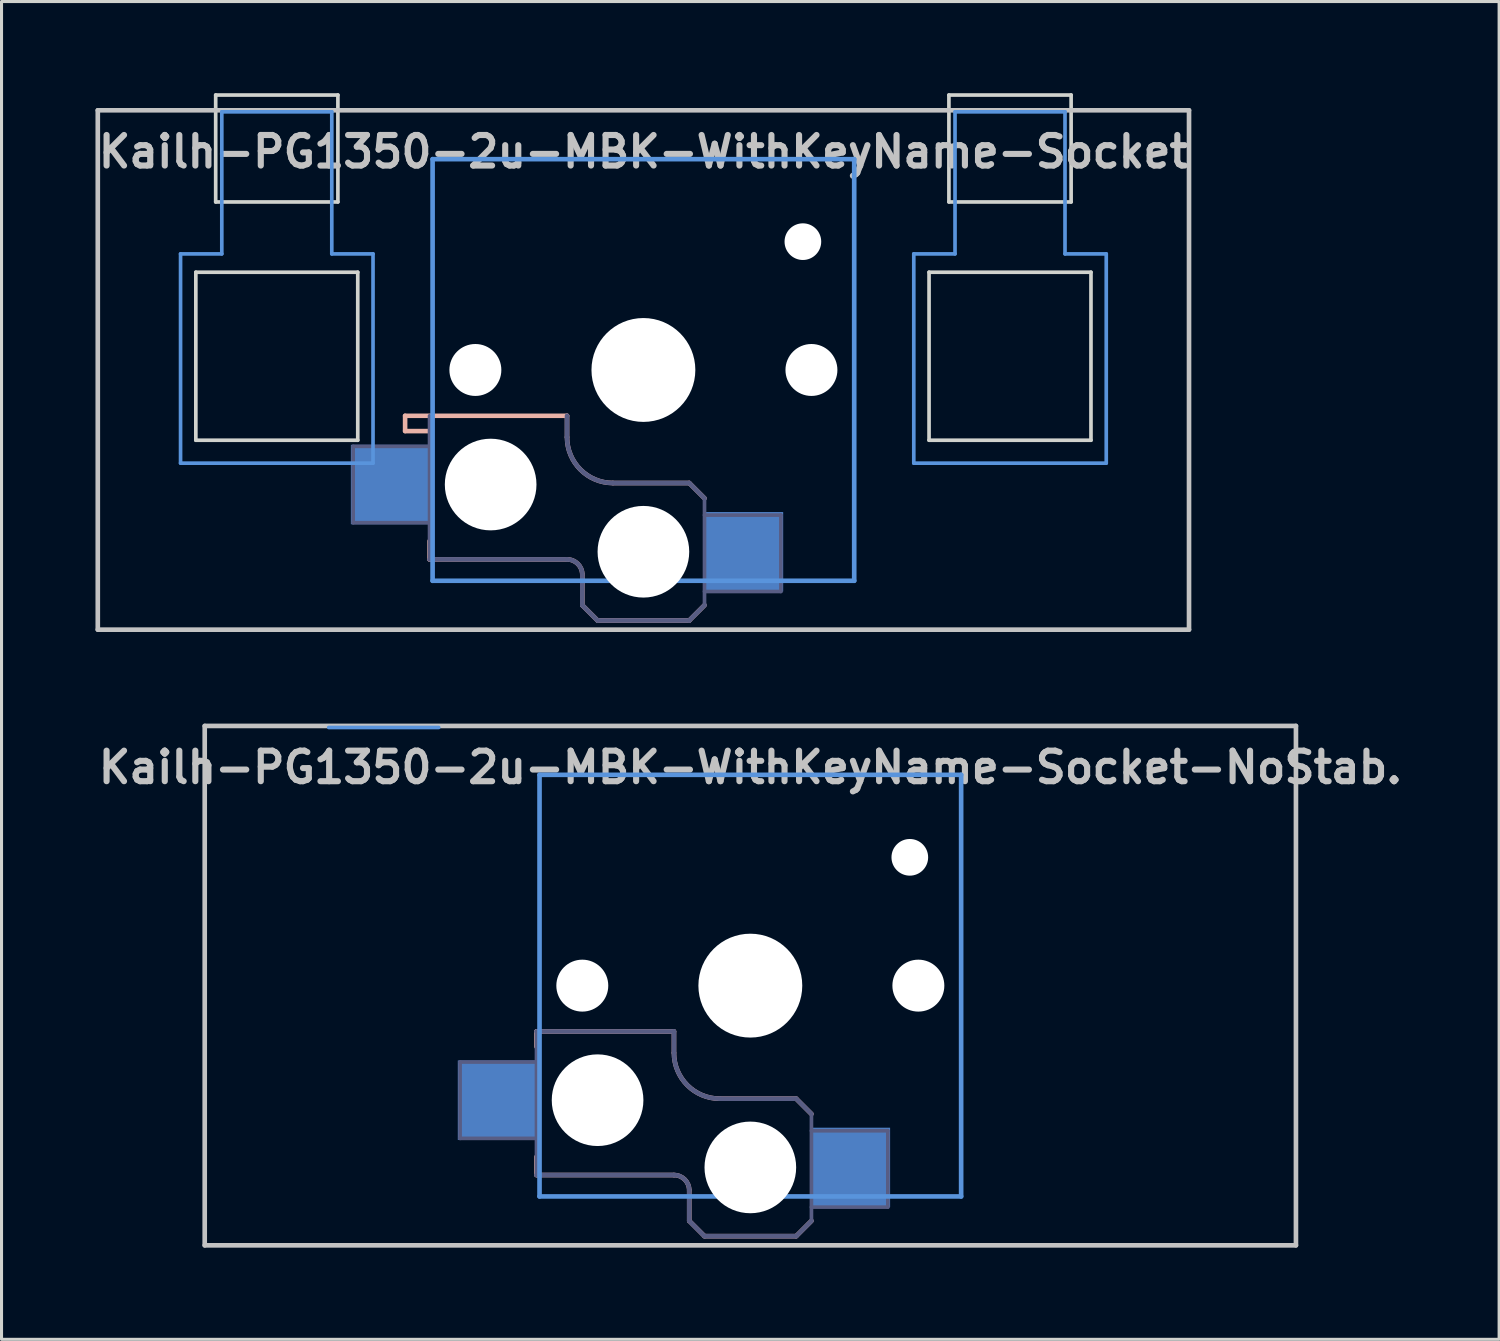
<source format=kicad_pcb>
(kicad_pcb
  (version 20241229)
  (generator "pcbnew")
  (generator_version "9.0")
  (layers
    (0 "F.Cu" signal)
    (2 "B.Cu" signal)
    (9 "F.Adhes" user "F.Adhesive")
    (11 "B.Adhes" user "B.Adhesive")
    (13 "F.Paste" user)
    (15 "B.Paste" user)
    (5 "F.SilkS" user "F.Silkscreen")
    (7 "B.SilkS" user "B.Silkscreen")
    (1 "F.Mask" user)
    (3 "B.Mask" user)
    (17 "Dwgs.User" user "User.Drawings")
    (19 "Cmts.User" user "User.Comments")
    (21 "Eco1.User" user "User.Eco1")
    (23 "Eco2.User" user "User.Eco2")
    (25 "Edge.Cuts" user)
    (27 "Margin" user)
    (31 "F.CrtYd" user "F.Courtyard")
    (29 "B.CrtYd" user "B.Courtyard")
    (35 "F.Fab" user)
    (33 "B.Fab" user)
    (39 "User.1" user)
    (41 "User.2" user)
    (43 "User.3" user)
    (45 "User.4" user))
  (footprint "Kailh-PG1350-2u-MBK-WithKeyName-Socket-NoStab."
    (layer "F.Cu")
    (at 21.51 29.212)
    (property "Reference" "Kailh-PG1350-2u-MBK-WithKeyName-Socket-NoStab." (at 0 -7.144 180) (layer "Dwgs.User") (effects (font (size 1 1) (thickness 0.2))))
    (attr through_hole)
    (fp_line (start -7 1.5) (end -7 2) (stroke (width 0.15) (type solid)) (layer "B.SilkS"))
    (fp_line (start -7 5.6) (end -7 6.2) (stroke (width 0.15) (type solid)) (layer "B.SilkS"))
    (fp_line (start -7 6.2) (end -2.5 6.2) (stroke (width 0.15) (type solid)) (layer "B.SilkS"))
    (fp_line (start -2.5 1.5) (end -7 1.5) (stroke (width 0.15) (type solid)) (layer "B.SilkS"))
    (fp_line (start -2.5 2.2) (end -2.5 1.5) (stroke (width 0.15) (type solid)) (layer "B.SilkS"))
    (fp_line (start -2 6.7) (end -2 7.7) (stroke (width 0.15) (type solid)) (layer "B.SilkS"))
    (fp_line (start -1.5 8.2) (end -2 7.7) (stroke (width 0.15) (type solid)) (layer "B.SilkS"))
    (fp_line (start 1.5 3.7) (end -1 3.7) (stroke (width 0.15) (type solid)) (layer "B.SilkS"))
    (fp_line (start 1.5 8.2) (end -1.5 8.2) (stroke (width 0.15) (type solid)) (layer "B.SilkS"))
    (fp_line (start 2 4.2) (end 1.5 3.7) (stroke (width 0.15) (type solid)) (layer "B.SilkS"))
    (fp_line (start 2 7.7) (end 1.5 8.2) (stroke (width 0.15) (type solid)) (layer "B.SilkS"))
    (fp_arc (start -2.5 6.2) (mid -2.146447 6.346447) (end -2 6.7) (stroke (width 0.15) (type solid)) (layer "B.SilkS"))
    (fp_arc (start -1 3.7) (mid -2.06066 3.26066) (end -2.5 2.2) (stroke (width 0.15) (type solid)) (layer "B.SilkS"))
    (fp_line (start -17.859 -8.5) (end 17.859 -8.5) (stroke (width 0.152) (type solid)) (layer "Dwgs.User"))
    (fp_line (start -17.859 8.5) (end -17.859 -8.5) (stroke (width 0.152) (type solid)) (layer "Dwgs.User"))
    (fp_line (start 17.859 -8.5) (end 17.859 8.5) (stroke (width 0.152) (type solid)) (layer "Dwgs.User"))
    (fp_line (start 17.859 8.5) (end -17.859 8.5) (stroke (width 0.152) (type solid)) (layer "Dwgs.User"))
    (fp_line (start -13.8 -8.45) (end -10.2 -8.45) (stroke (width 0.12) (type solid)) (layer "Cmts.User"))
    (fp_line (start -6.9 -6.9) (end 6.9 -6.9) (stroke (width 0.152) (type solid)) (layer "Cmts.User"))
    (fp_line (start -6.9 6.9) (end -6.9 -6.9) (stroke (width 0.152) (type solid)) (layer "Cmts.User"))
    (fp_line (start 6.9 -6.9) (end 6.9 6.9) (stroke (width 0.152) (type solid)) (layer "Cmts.User"))
    (fp_line (start 6.9 6.9) (end -6.9 6.9) (stroke (width 0.152) (type solid)) (layer "Cmts.User"))
    (fp_line (start -7.5 -7.5) (end 7.5 -7.5) (stroke (width 0.152) (type solid)) (layer "Eco2.User"))
    (fp_line (start -7.5 7.5) (end -7.5 -7.5) (stroke (width 0.152) (type solid)) (layer "Eco2.User"))
    (fp_line (start -2.6 -3.1) (end -2.6 -6.3) (stroke (width 0.15) (type solid)) (layer "Eco2.User"))
    (fp_line (start -2.6 -3.1) (end 2.6 -3.1) (stroke (width 0.15) (type solid)) (layer "Eco2.User"))
    (fp_line (start 2.6 -6.3) (end -2.6 -6.3) (stroke (width 0.15) (type solid)) (layer "Eco2.User"))
    (fp_line (start 2.6 -3.1) (end 2.6 -6.3) (stroke (width 0.15) (type solid)) (layer "Eco2.User"))
    (fp_line (start 7.5 -7.5) (end 7.5 7.5) (stroke (width 0.152) (type solid)) (layer "Eco2.User"))
    (fp_line (start 7.5 7.5) (end -7.5 7.5) (stroke (width 0.152) (type solid)) (layer "Eco2.User"))
    (fp_line (start -9.5 2.5) (end -7 2.5) (stroke (width 0.12) (type solid)) (layer "B.Fab"))
    (fp_line (start -9.5 5) (end -9.5 2.5) (stroke (width 0.12) (type solid)) (layer "B.Fab"))
    (fp_line (start -7 1.5) (end -7 6.2) (stroke (width 0.12) (type solid)) (layer "B.Fab"))
    (fp_line (start -7 5) (end -9.5 5) (stroke (width 0.12) (type solid)) (layer "B.Fab"))
    (fp_line (start -7 6.2) (end -2.5 6.2) (stroke (width 0.15) (type solid)) (layer "B.Fab"))
    (fp_line (start -2.5 1.5) (end -7 1.5) (stroke (width 0.15) (type solid)) (layer "B.Fab"))
    (fp_line (start -2.5 2.2) (end -2.5 1.5) (stroke (width 0.15) (type solid)) (layer "B.Fab"))
    (fp_line (start -2 6.7) (end -2 7.7) (stroke (width 0.15) (type solid)) (layer "B.Fab"))
    (fp_line (start -1.5 8.2) (end -2 7.7) (stroke (width 0.15) (type solid)) (layer "B.Fab"))
    (fp_line (start 1.5 3.7) (end -1 3.7) (stroke (width 0.15) (type solid)) (layer "B.Fab"))
    (fp_line (start 1.5 8.2) (end -1.5 8.2) (stroke (width 0.15) (type solid)) (layer "B.Fab"))
    (fp_line (start 2 4.2) (end 1.5 3.7) (stroke (width 0.15) (type solid)) (layer "B.Fab"))
    (fp_line (start 2 4.25) (end 2 7.7) (stroke (width 0.12) (type solid)) (layer "B.Fab"))
    (fp_line (start 2 4.75) (end 4.5 4.75) (stroke (width 0.12) (type solid)) (layer "B.Fab"))
    (fp_line (start 2 7.7) (end 1.5 8.2) (stroke (width 0.15) (type solid)) (layer "B.Fab"))
    (fp_line (start 4.5 4.75) (end 4.5 7.25) (stroke (width 0.12) (type solid)) (layer "B.Fab"))
    (fp_line (start 4.5 7.25) (end 2 7.25) (stroke (width 0.12) (type solid)) (layer "B.Fab"))
    (fp_arc (start -2.5 6.2) (mid -2.146447 6.346447) (end -2 6.7) (stroke (width 0.15) (type solid)) (layer "B.Fab"))
    (fp_arc (start -1 3.7) (mid -2.06066 3.26066) (end -2.5 2.2) (stroke (width 0.15) (type solid)) (layer "B.Fab"))
    (pad "" np_thru_hole circle (at -5.5 0 180) (size 1.7 1.7) (drill 1.7) (layers "*.Cu" "*.Mask"))
    (pad "" np_thru_hole circle (at -5 3.75) (size 3 3) (drill 3) (layers "*.Cu" "*.Mask"))
    (pad "" np_thru_hole circle (at 0 0 180) (size 3.4 3.4) (drill 3.4) (layers "*.Cu" "*.Mask"))
    (pad "" np_thru_hole circle (at 0 5.95) (size 3 3) (drill 3) (layers "*.Cu" "*.Mask"))
    (pad "" np_thru_hole circle (at 5.22 -4.2 180) (size 1.2 1.2) (drill 1.2) (layers "*.Cu" "*.Mask"))
    (pad "" np_thru_hole circle (at 5.5 0 180) (size 1.7 1.7) (drill 1.7) (layers "*.Cu" "*.Mask"))
    (pad "1" smd rect (at 3.275 5.95) (size 2.6 2.6) (layers "B.Cu" "B.Mask" "B.Paste"))
    (pad "2" smd rect (at -8.275 3.75) (size 2.6 2.6) (layers "B.Cu" "B.Mask" "B.Paste")))
  (footprint "Kailh-PG1350-2u-MBK-WithKeyName-Socket"
    (layer "F.Cu")
    (at 18.01 9.06)
    (property "Reference" "Kailh-PG1350-2u-MBK-WithKeyName-Socket" (at 0 -7.144 180) (layer "Dwgs.User") (effects (font (size 1 1) (thickness 0.2))))
    (attr through_hole)
    (fp_line (start -7.8 1.5) (end -7.8 2) (stroke (width 0.15) (type solid)) (layer "B.SilkS"))
    (fp_line (start -7 2) (end -7.8 2) (stroke (width 0.15) (type solid)) (layer "B.SilkS"))
    (fp_line (start -7 5.6) (end -7 6.2) (stroke (width 0.15) (type solid)) (layer "B.SilkS"))
    (fp_line (start -7 6.2) (end -2.5 6.2) (stroke (width 0.15) (type solid)) (layer "B.SilkS"))
    (fp_line (start -2.5 1.5) (end -7.8 1.5) (stroke (width 0.15) (type solid)) (layer "B.SilkS"))
    (fp_line (start -2.5 2.2) (end -2.5 1.5) (stroke (width 0.15) (type solid)) (layer "B.SilkS"))
    (fp_line (start -2 6.7) (end -2 7.7) (stroke (width 0.15) (type solid)) (layer "B.SilkS"))
    (fp_line (start -1.5 8.2) (end -2 7.7) (stroke (width 0.15) (type solid)) (layer "B.SilkS"))
    (fp_line (start 1.5 3.7) (end -1 3.7) (stroke (width 0.15) (type solid)) (layer "B.SilkS"))
    (fp_line (start 1.5 8.2) (end -1.5 8.2) (stroke (width 0.15) (type solid)) (layer "B.SilkS"))
    (fp_line (start 2 4.2) (end 1.5 3.7) (stroke (width 0.15) (type solid)) (layer "B.SilkS"))
    (fp_line (start 2 7.7) (end 1.5 8.2) (stroke (width 0.15) (type solid)) (layer "B.SilkS"))
    (fp_arc (start -2.5 6.2) (mid -2.146447 6.346447) (end -2 6.7) (stroke (width 0.15) (type solid)) (layer "B.SilkS"))
    (fp_arc (start -1 3.7) (mid -2.06066 3.26066) (end -2.5 2.2) (stroke (width 0.15) (type solid)) (layer "B.SilkS"))
    (fp_line (start -17.859 -8.5) (end 17.859 -8.5) (stroke (width 0.152) (type solid)) (layer "Dwgs.User"))
    (fp_line (start -17.859 8.5) (end -17.859 -8.5) (stroke (width 0.152) (type solid)) (layer "Dwgs.User"))
    (fp_line (start 17.859 -8.5) (end 17.859 8.5) (stroke (width 0.152) (type solid)) (layer "Dwgs.User"))
    (fp_line (start 17.859 8.5) (end -17.859 8.5) (stroke (width 0.152) (type solid)) (layer "Dwgs.User"))
    (fp_line (start -15.15 -3.8) (end -13.8 -3.8) (stroke (width 0.12) (type solid)) (layer "Cmts.User"))
    (fp_line (start -15.15 3.05) (end -15.15 -3.8) (stroke (width 0.12) (type solid)) (layer "Cmts.User"))
    (fp_line (start -15.15 3.05) (end -8.85 3.05) (stroke (width 0.12) (type solid)) (layer "Cmts.User"))
    (fp_line (start -13.8 -8.45) (end -13.8 -3.8) (stroke (width 0.12) (type solid)) (layer "Cmts.User"))
    (fp_line (start -13.8 -8.45) (end -10.2 -8.45) (stroke (width 0.12) (type solid)) (layer "Cmts.User"))
    (fp_line (start -10.2 -8.45) (end -10.2 -3.8) (stroke (width 0.12) (type solid)) (layer "Cmts.User"))
    (fp_line (start -10.2 -3.8) (end -8.85 -3.8) (stroke (width 0.12) (type solid)) (layer "Cmts.User"))
    (fp_line (start -8.85 3.05) (end -8.85 -3.8) (stroke (width 0.12) (type solid)) (layer "Cmts.User"))
    (fp_line (start -6.9 -6.9) (end 6.9 -6.9) (stroke (width 0.152) (type solid)) (layer "Cmts.User"))
    (fp_line (start -6.9 6.9) (end -6.9 -6.9) (stroke (width 0.152) (type solid)) (layer "Cmts.User"))
    (fp_line (start 6.9 -6.9) (end 6.9 6.9) (stroke (width 0.152) (type solid)) (layer "Cmts.User"))
    (fp_line (start 6.9 6.9) (end -6.9 6.9) (stroke (width 0.152) (type solid)) (layer "Cmts.User"))
    (fp_line (start 8.85 -3.8) (end 10.2 -3.8) (stroke (width 0.12) (type solid)) (layer "Cmts.User"))
    (fp_line (start 8.85 3.05) (end 8.85 -3.8) (stroke (width 0.12) (type solid)) (layer "Cmts.User"))
    (fp_line (start 8.85 3.05) (end 15.15 3.05) (stroke (width 0.12) (type solid)) (layer "Cmts.User"))
    (fp_line (start 10.2 -8.45) (end 10.2 -3.8) (stroke (width 0.12) (type solid)) (layer "Cmts.User"))
    (fp_line (start 10.2 -8.45) (end 13.8 -8.45) (stroke (width 0.12) (type solid)) (layer "Cmts.User"))
    (fp_line (start 13.8 -8.45) (end 13.8 -3.8) (stroke (width 0.12) (type solid)) (layer "Cmts.User"))
    (fp_line (start 13.8 -3.8) (end 15.15 -3.8) (stroke (width 0.12) (type solid)) (layer "Cmts.User"))
    (fp_line (start 15.15 3.05) (end 15.15 -3.8) (stroke (width 0.12) (type solid)) (layer "Cmts.User"))
    (fp_line (start -7.5 -7.5) (end 7.5 -7.5) (stroke (width 0.152) (type solid)) (layer "Eco2.User"))
    (fp_line (start -7.5 7.5) (end -7.5 -7.5) (stroke (width 0.152) (type solid)) (layer "Eco2.User"))
    (fp_line (start -2.6 -3.1) (end -2.6 -6.3) (stroke (width 0.15) (type solid)) (layer "Eco2.User"))
    (fp_line (start -2.6 -3.1) (end 2.6 -3.1) (stroke (width 0.15) (type solid)) (layer "Eco2.User"))
    (fp_line (start 2.6 -6.3) (end -2.6 -6.3) (stroke (width 0.15) (type solid)) (layer "Eco2.User"))
    (fp_line (start 2.6 -3.1) (end 2.6 -6.3) (stroke (width 0.15) (type solid)) (layer "Eco2.User"))
    (fp_line (start 7.5 -7.5) (end 7.5 7.5) (stroke (width 0.152) (type solid)) (layer "Eco2.User"))
    (fp_line (start 7.5 7.5) (end -7.5 7.5) (stroke (width 0.152) (type solid)) (layer "Eco2.User"))
    (fp_line (start -14.65 -3.2) (end -14.65 2.3) (stroke (width 0.12) (type solid)) (layer "Edge.Cuts"))
    (fp_line (start -14.65 -3.2) (end -9.35 -3.2) (stroke (width 0.12) (type solid)) (layer "Edge.Cuts"))
    (fp_line (start -14.65 2.3) (end -9.35 2.3) (stroke (width 0.12) (type solid)) (layer "Edge.Cuts"))
    (fp_line (start -14 -9) (end -14 -5.5) (stroke (width 0.12) (type solid)) (layer "Edge.Cuts"))
    (fp_line (start -14 -9) (end -10 -9) (stroke (width 0.12) (type solid)) (layer "Edge.Cuts"))
    (fp_line (start -14 -5.5) (end -10 -5.5) (stroke (width 0.12) (type solid)) (layer "Edge.Cuts"))
    (fp_line (start -10 -5.5) (end -10 -9) (stroke (width 0.12) (type solid)) (layer "Edge.Cuts"))
    (fp_line (start -9.35 2.3) (end -9.35 -3.2) (stroke (width 0.12) (type solid)) (layer "Edge.Cuts"))
    (fp_line (start 9.35 -3.2) (end 9.35 2.3) (stroke (width 0.12) (type solid)) (layer "Edge.Cuts"))
    (fp_line (start 9.35 -3.2) (end 14.65 -3.2) (stroke (width 0.12) (type solid)) (layer "Edge.Cuts"))
    (fp_line (start 9.35 2.3) (end 14.65 2.3) (stroke (width 0.12) (type solid)) (layer "Edge.Cuts"))
    (fp_line (start 10 -9) (end 10 -5.5) (stroke (width 0.12) (type solid)) (layer "Edge.Cuts"))
    (fp_line (start 10 -9) (end 14 -9) (stroke (width 0.12) (type solid)) (layer "Edge.Cuts"))
    (fp_line (start 10 -5.5) (end 14 -5.5) (stroke (width 0.12) (type solid)) (layer "Edge.Cuts"))
    (fp_line (start 14 -5.5) (end 14 -9) (stroke (width 0.12) (type solid)) (layer "Edge.Cuts"))
    (fp_line (start 14.65 2.3) (end 14.65 -3.2) (stroke (width 0.12) (type solid)) (layer "Edge.Cuts"))
    (fp_line (start -9.5 2.5) (end -7 2.5) (stroke (width 0.12) (type solid)) (layer "B.Fab"))
    (fp_line (start -9.5 5) (end -9.5 2.5) (stroke (width 0.12) (type solid)) (layer "B.Fab"))
    (fp_line (start -7 1.5) (end -7 6.2) (stroke (width 0.12) (type solid)) (layer "B.Fab"))
    (fp_line (start -7 5) (end -9.5 5) (stroke (width 0.12) (type solid)) (layer "B.Fab"))
    (fp_line (start -7 6.2) (end -2.5 6.2) (stroke (width 0.15) (type solid)) (layer "B.Fab"))
    (fp_line (start -2.5 2.2) (end -2.5 1.5) (stroke (width 0.15) (type solid)) (layer "B.Fab"))
    (fp_line (start -2 6.7) (end -2 7.7) (stroke (width 0.15) (type solid)) (layer "B.Fab"))
    (fp_line (start -1.5 8.2) (end -2 7.7) (stroke (width 0.15) (type solid)) (layer "B.Fab"))
    (fp_line (start 1.5 3.7) (end -1 3.7) (stroke (width 0.15) (type solid)) (layer "B.Fab"))
    (fp_line (start 1.5 8.2) (end -1.5 8.2) (stroke (width 0.15) (type solid)) (layer "B.Fab"))
    (fp_line (start 2 4.2) (end 1.5 3.7) (stroke (width 0.15) (type solid)) (layer "B.Fab"))
    (fp_line (start 2 4.25) (end 2 7.7) (stroke (width 0.12) (type solid)) (layer "B.Fab"))
    (fp_line (start 2 4.75) (end 4.5 4.75) (stroke (width 0.12) (type solid)) (layer "B.Fab"))
    (fp_line (start 2 7.7) (end 1.5 8.2) (stroke (width 0.15) (type solid)) (layer "B.Fab"))
    (fp_line (start 4.5 4.75) (end 4.5 7.25) (stroke (width 0.12) (type solid)) (layer "B.Fab"))
    (fp_line (start 4.5 7.25) (end 2 7.25) (stroke (width 0.12) (type solid)) (layer "B.Fab"))
    (fp_arc (start -2.5 6.2) (mid -2.146447 6.346447) (end -2 6.7) (stroke (width 0.15) (type solid)) (layer "B.Fab"))
    (fp_arc (start -1 3.7) (mid -2.06066 3.26066) (end -2.5 2.2) (stroke (width 0.15) (type solid)) (layer "B.Fab"))
    (pad "" np_thru_hole circle (at -5.5 0 180) (size 1.7 1.7) (drill 1.7) (layers "*.Cu" "*.Mask"))
    (pad "" np_thru_hole circle (at -5 3.75) (size 3 3) (drill 3) (layers "*.Cu" "*.Mask"))
    (pad "" np_thru_hole circle (at 0 0 180) (size 3.4 3.4) (drill 3.4) (layers "*.Cu" "*.Mask"))
    (pad "" np_thru_hole circle (at 0 5.95) (size 3 3) (drill 3) (layers "*.Cu" "*.Mask"))
    (pad "" np_thru_hole circle (at 5.22 -4.2 180) (size 1.2 1.2) (drill 1.2) (layers "*.Cu" "*.Mask"))
    (pad "" np_thru_hole circle (at 5.5 0 180) (size 1.7 1.7) (drill 1.7) (layers "*.Cu" "*.Mask"))
    (pad "1" smd rect (at 3.275 5.95) (size 2.6 2.6) (layers "B.Cu" "B.Mask" "B.Paste"))
    (pad "2" smd rect (at -8.275 3.75) (size 2.6 2.6) (layers "B.Cu" "B.Mask" "B.Paste")))
  (gr_rect
    (start -3 -3)
    (end 46.019 40.789)
    (stroke (width 0.1) (type default))
    (fill no)
    (layer "Edge.Cuts")))
</source>
